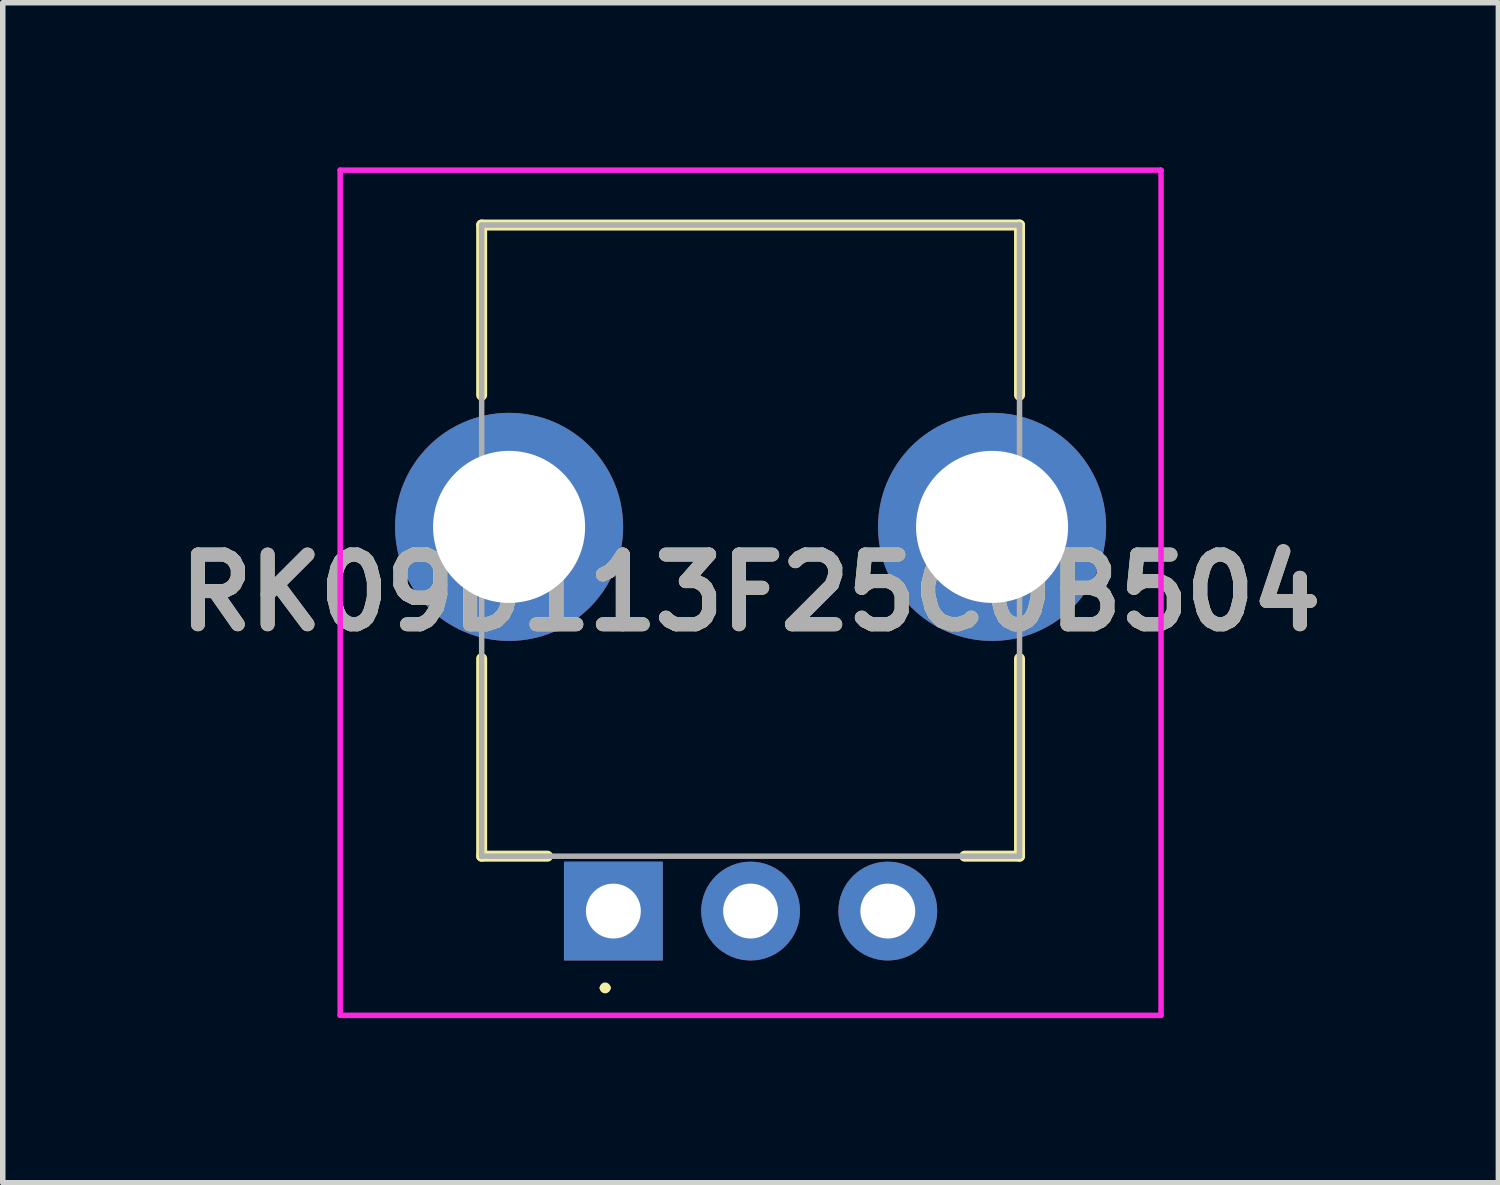
<source format=kicad_pcb>
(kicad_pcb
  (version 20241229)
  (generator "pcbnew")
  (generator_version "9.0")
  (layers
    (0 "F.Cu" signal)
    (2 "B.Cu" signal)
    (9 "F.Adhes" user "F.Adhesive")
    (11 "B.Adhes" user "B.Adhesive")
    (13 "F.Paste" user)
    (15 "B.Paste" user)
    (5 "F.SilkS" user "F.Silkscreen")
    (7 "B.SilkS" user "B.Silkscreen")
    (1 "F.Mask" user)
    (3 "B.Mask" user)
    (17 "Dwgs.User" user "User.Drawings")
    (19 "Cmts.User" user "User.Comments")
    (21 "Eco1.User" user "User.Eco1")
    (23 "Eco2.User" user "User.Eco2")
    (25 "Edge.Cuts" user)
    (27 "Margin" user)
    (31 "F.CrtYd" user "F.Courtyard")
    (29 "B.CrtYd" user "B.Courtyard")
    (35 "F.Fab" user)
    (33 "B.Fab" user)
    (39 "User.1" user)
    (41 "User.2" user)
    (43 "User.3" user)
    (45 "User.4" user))
  (footprint "RK09D113F25C0B504"
    (layer "F.Cu")
    (at 8.126 13.55)
    (property "Reference" "RK09D113F25C0B504" (at 2.5 -5.8 0) (layer "F.SilkS") (effects (font (size 1.27 1.27) (thickness 0.254))))
    (attr through_hole)
    (fp_line (start -2.4 -12.5) (end 7.4 -12.5) (stroke (width 0.2) (type solid)) (layer "F.SilkS"))
    (fp_line (start -2.4 -9.4) (end -2.4 -12.5) (stroke (width 0.2) (type solid)) (layer "F.SilkS"))
    (fp_line (start -2.4 -1) (end -2.4 -4.6) (stroke (width 0.2) (type solid)) (layer "F.SilkS"))
    (fp_line (start -1.2 -1) (end -2.4 -1) (stroke (width 0.2) (type solid)) (layer "F.SilkS"))
    (fp_line (start -0.2 1.4) (end -0.2 1.4) (stroke (width 0.1) (type solid)) (layer "F.SilkS"))
    (fp_line (start -0.1 1.4) (end -0.1 1.4) (stroke (width 0.1) (type solid)) (layer "F.SilkS"))
    (fp_line (start 6.4 -1) (end 7.4 -1) (stroke (width 0.2) (type solid)) (layer "F.SilkS"))
    (fp_line (start 7.4 -12.5) (end 7.4 -9.4) (stroke (width 0.2) (type solid)) (layer "F.SilkS"))
    (fp_line (start 7.4 -1) (end 7.4 -4.6) (stroke (width 0.2) (type solid)) (layer "F.SilkS"))
    (fp_arc (start -0.2 1.4) (mid -0.15 1.35) (end -0.1 1.4) (stroke (width 0.1) (type solid)) (layer "F.SilkS"))
    (fp_arc (start -0.1 1.4) (mid -0.15 1.45) (end -0.2 1.4) (stroke (width 0.1) (type solid)) (layer "F.SilkS"))
    (fp_line (start -4.978 -13.5) (end 9.978 -13.5) (stroke (width 0.1) (type solid)) (layer "F.CrtYd"))
    (fp_line (start -4.978 1.9) (end -4.978 -13.5) (stroke (width 0.1) (type solid)) (layer "F.CrtYd"))
    (fp_line (start 9.978 -13.5) (end 9.978 1.9) (stroke (width 0.1) (type solid)) (layer "F.CrtYd"))
    (fp_line (start 9.978 1.9) (end -4.978 1.9) (stroke (width 0.1) (type solid)) (layer "F.CrtYd"))
    (fp_line (start -2.4 -12.5) (end 7.4 -12.5) (stroke (width 0.1) (type solid)) (layer "F.Fab"))
    (fp_line (start -2.4 -1) (end -2.4 -12.5) (stroke (width 0.1) (type solid)) (layer "F.Fab"))
    (fp_line (start 7.4 -12.5) (end 7.4 -1) (stroke (width 0.1) (type solid)) (layer "F.Fab"))
    (fp_line (start 7.4 -1) (end -2.4 -1) (stroke (width 0.1) (type solid)) (layer "F.Fab"))
    (fp_text user "${REFERENCE}" (at 2.5 -5.8 0) (layer "F.Fab") (effects (font (size 1.27 1.27) (thickness 0.254))))
    (pad "1" thru_hole rect (at 0 0) (size 1.8 1.8) (drill 1) (layers "*.Cu" "*.Mask"))
    (pad "2" thru_hole circle (at 2.5 0) (size 1.8 1.8) (drill 1) (layers "*.Cu" "*.Mask"))
    (pad "3" thru_hole circle (at 5 0) (size 1.8 1.8) (drill 1) (layers "*.Cu" "*.Mask"))
    (pad "MH1" thru_hole circle (at -1.9 -7) (size 4.155 4.155) (drill 2.77) (layers "*.Cu" "*.Mask"))
    (pad "MH2" thru_hole circle (at 6.9 -7) (size 4.155 4.155) (drill 2.77) (layers "*.Cu" "*.Mask")))
  (gr_rect
    (start -3 -3)
    (end 24.251 18.5)
    (stroke (width 0.1) (type default))
    (fill no)
    (layer "Edge.Cuts")))
</source>
